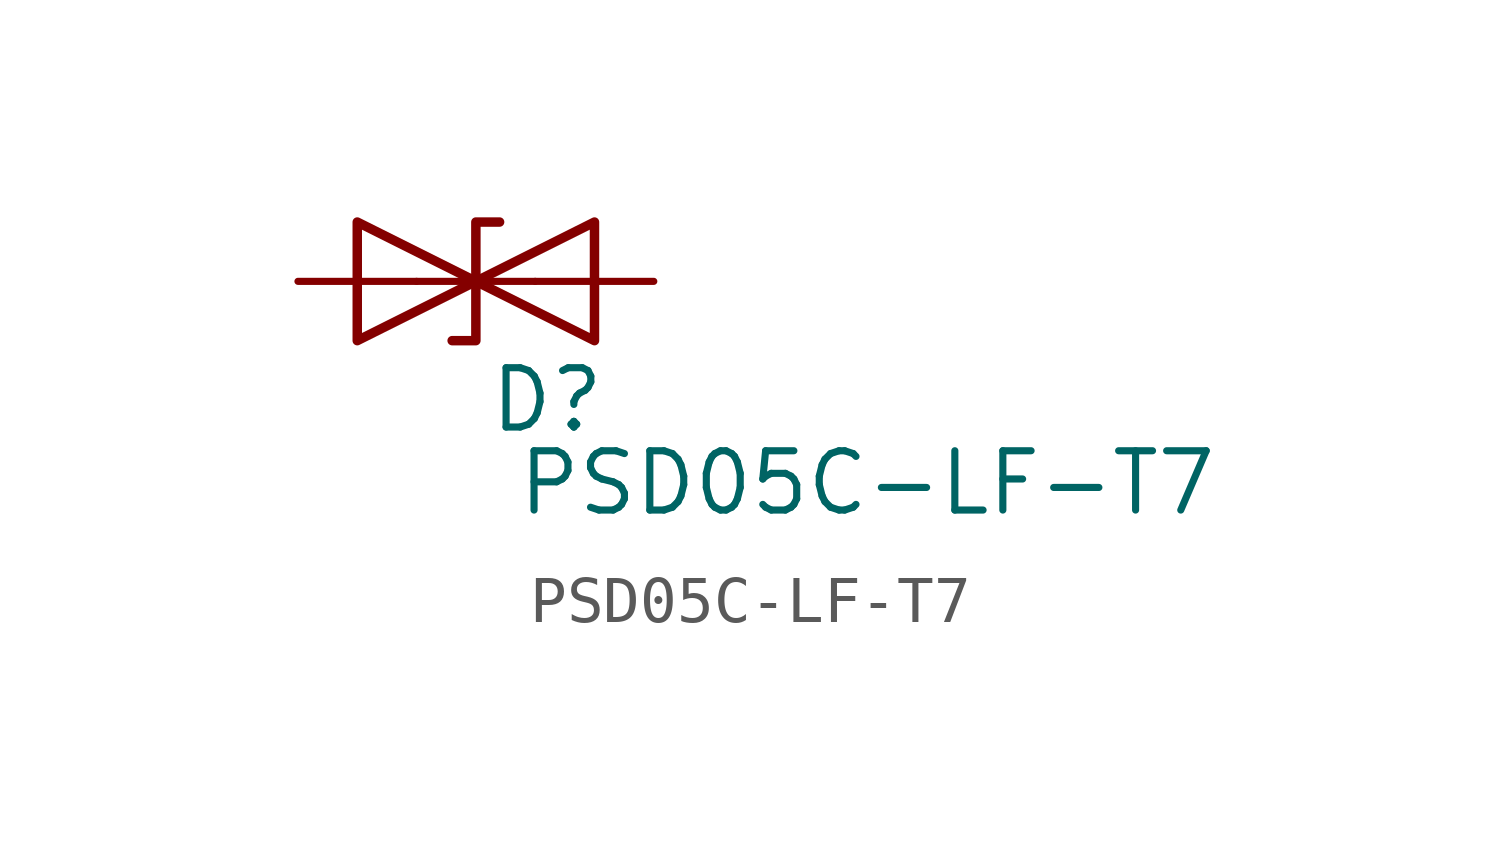
<source format=kicad_sym>
(kicad_symbol_lib
  (version 20241209)
  (generator "kicad_symbol_editor")
  (generator_version "9.0")
  (symbol "PSD05C-LF-T7"
    (pin_numbers
      (hide yes))
    (pin_names
      (hide yes))
    (property "Reference" "D"
      (at 1.524 -2.54 0)
      (effects (font (size 1.27 1.27))))
    (property "Value" "PSD05C-LF-T7"
      (at 8.382 -4.318 0)
      (effects (font (size 1.27 1.27))))
    (symbol "PSD05C-LF-T7_0_1"
      (polyline (pts (xy -2.54 -1.27) (xy 0 0) (xy -2.54 1.27) (xy -2.54 -1.27)) (stroke (width 0.203) (type default)) (fill (type none)))
      (polyline (pts (xy 0.508 1.27) (xy 0 1.27) (xy 0 -1.27) (xy -0.508 -1.27)) (stroke (width 0.203) (type default)) (fill (type none)))
      (polyline (pts (xy 1.27 0) (xy -1.27 0)) (stroke (width 0) (type default)) (fill (type none)))
      (polyline (pts (xy 2.54 1.27) (xy 2.54 -1.27) (xy 0 0) (xy 2.54 1.27)) (stroke (width 0.203) (type default)) (fill (type none))))
    (symbol "PSD05C-LF-T7_1_1"
      (pin passive line (at -3.81 0 0) (length 2.54) (name "A1" (effects (font (size 1.27 1.27)))) (number "1" (effects (font (size 1.27 1.27)))))
      (pin passive line (at 3.81 0 180) (length 2.54) (name "A2" (effects (font (size 1.27 1.27)))) (number "2" (effects (font (size 1.27 1.27))))))))
</source>
